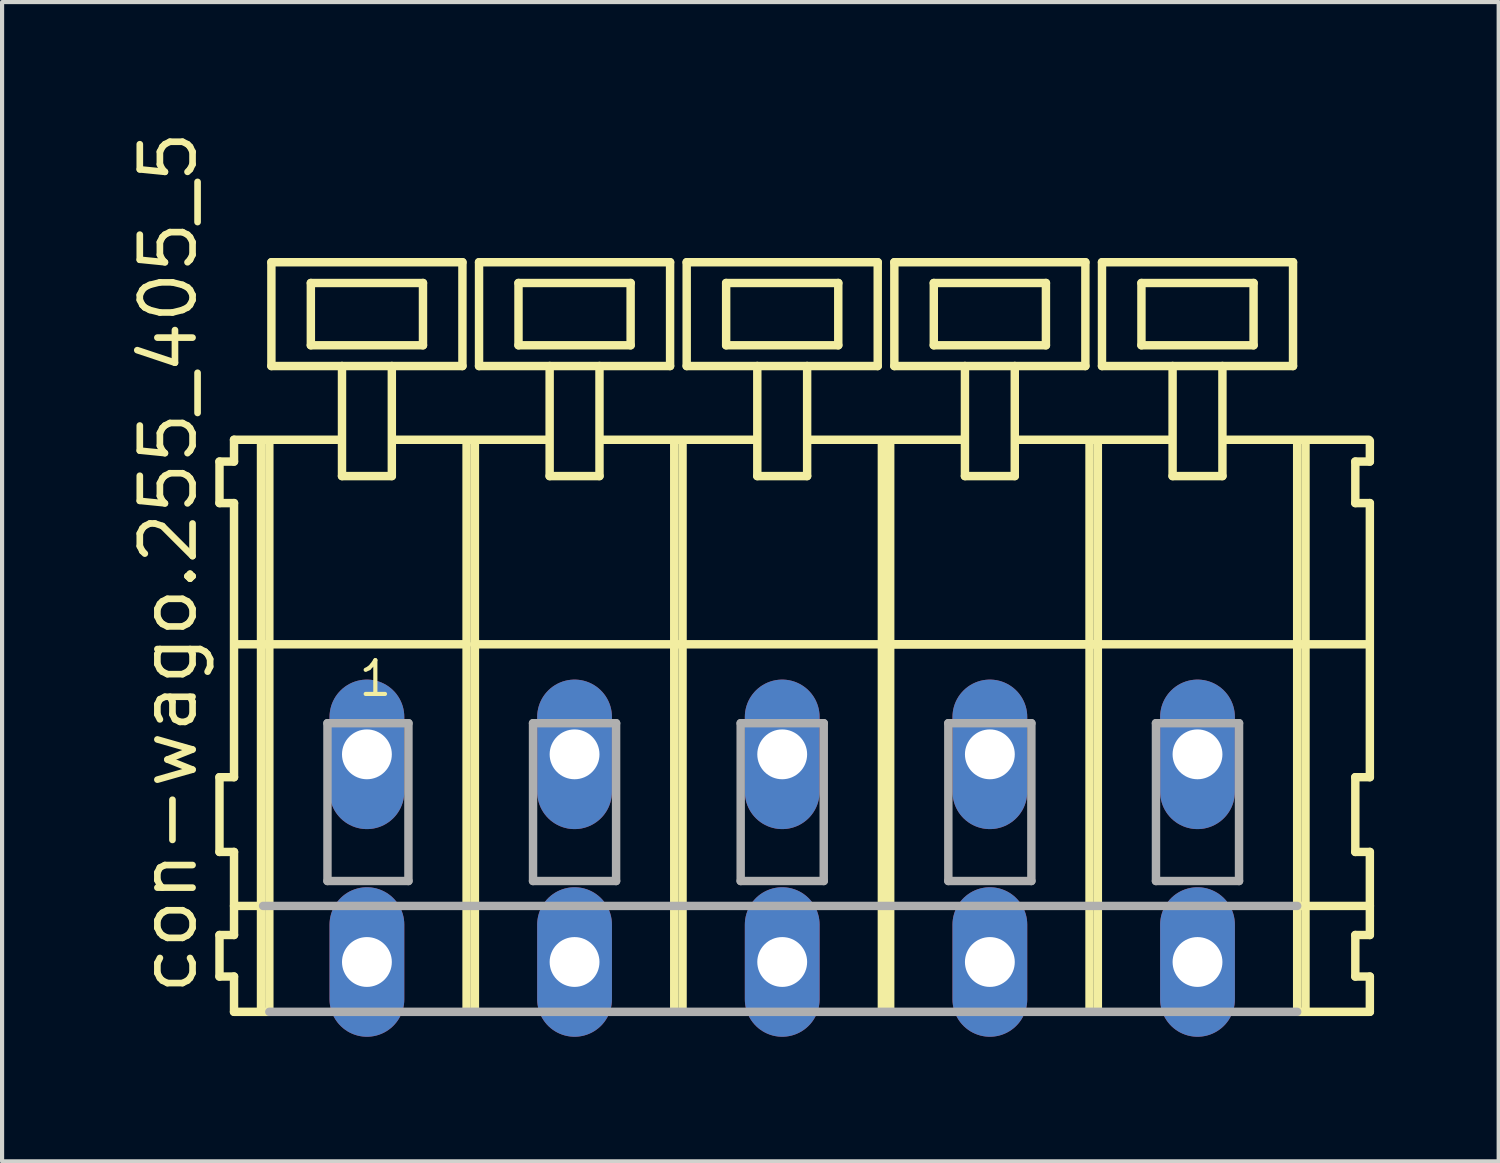
<source format=kicad_pcb>
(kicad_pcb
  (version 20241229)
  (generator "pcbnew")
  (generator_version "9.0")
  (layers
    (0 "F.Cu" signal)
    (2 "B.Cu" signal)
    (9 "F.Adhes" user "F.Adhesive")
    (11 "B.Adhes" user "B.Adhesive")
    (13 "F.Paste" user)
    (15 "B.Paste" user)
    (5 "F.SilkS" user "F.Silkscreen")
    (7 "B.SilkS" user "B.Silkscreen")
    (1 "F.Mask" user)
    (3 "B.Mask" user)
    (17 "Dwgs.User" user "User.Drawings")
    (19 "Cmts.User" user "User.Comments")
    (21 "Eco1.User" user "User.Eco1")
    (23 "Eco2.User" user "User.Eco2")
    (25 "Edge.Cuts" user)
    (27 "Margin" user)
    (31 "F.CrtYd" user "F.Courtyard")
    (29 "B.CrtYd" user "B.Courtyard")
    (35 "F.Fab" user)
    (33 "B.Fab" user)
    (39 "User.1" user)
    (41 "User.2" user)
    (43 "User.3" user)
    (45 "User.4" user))
  (footprint "con-wago.255_405_5"
    (layer "F.Cu")
    (at 13.285 15.114)
    (property "Reference" "con-wago.255_405_5" (at -11.535 5.855 90) (layer "F.SilkS") (effects (font (size 1.27 1.27) (thickness 0.16)) (justify left bottom)))
    (attr through_hole)
    (fp_line (start -11.05 -7.05) (end -11.05 -6.05) (stroke (width 0.203) (type default)) (layer "F.SilkS"))
    (fp_line (start -11.05 -6.05) (end -10.7 -6.05) (stroke (width 0.203) (type default)) (layer "F.SilkS"))
    (fp_line (start -11.05 0.55) (end -11.05 2.35) (stroke (width 0.203) (type default)) (layer "F.SilkS"))
    (fp_line (start -11.05 2.35) (end -10.7 2.35) (stroke (width 0.203) (type default)) (layer "F.SilkS"))
    (fp_line (start -11.05 4.35) (end -11.05 5.35) (stroke (width 0.203) (type default)) (layer "F.SilkS"))
    (fp_line (start -11.05 5.35) (end -10.7 5.35) (stroke (width 0.203) (type default)) (layer "F.SilkS"))
    (fp_line (start -10.7 -7.575) (end -10.7 -7.05) (stroke (width 0.203) (type default)) (layer "F.SilkS"))
    (fp_line (start -10.7 -7.575) (end -8.125 -7.575) (stroke (width 0.203) (type default)) (layer "F.SilkS"))
    (fp_line (start -10.7 -7.05) (end -11.05 -7.05) (stroke (width 0.203) (type default)) (layer "F.SilkS"))
    (fp_line (start -10.7 -6.05) (end -10.7 0.55) (stroke (width 0.203) (type default)) (layer "F.SilkS"))
    (fp_line (start -10.7 0.55) (end -11.05 0.55) (stroke (width 0.203) (type default)) (layer "F.SilkS"))
    (fp_line (start -10.7 2.35) (end -10.7 4.35) (stroke (width 0.203) (type default)) (layer "F.SilkS"))
    (fp_line (start -10.7 3.65) (end -10 3.65) (stroke (width 0.203) (type default)) (layer "F.SilkS"))
    (fp_line (start -10.7 4.35) (end -11.05 4.35) (stroke (width 0.203) (type default)) (layer "F.SilkS"))
    (fp_line (start -10.7 5.35) (end -10.7 6.2) (stroke (width 0.203) (type default)) (layer "F.SilkS"))
    (fp_line (start -10.7 6.2) (end -10.05 6.2) (stroke (width 0.203) (type default)) (layer "F.SilkS"))
    (fp_line (start -10.65 -2.65) (end -5.1 -2.65) (stroke (width 0.203) (type default)) (layer "F.SilkS"))
    (fp_line (start -10.05 -7.55) (end -10.05 6.2) (stroke (width 0.203) (type default)) (layer "F.SilkS"))
    (fp_line (start -10.05 6.2) (end -9.85 6.2) (stroke (width 0.203) (type default)) (layer "F.SilkS"))
    (fp_line (start -9.85 -7.55) (end -9.85 6.2) (stroke (width 0.203) (type default)) (layer "F.SilkS"))
    (fp_line (start -9.8 -11.85) (end -9.8 -9.35) (stroke (width 0.203) (type default)) (layer "F.SilkS"))
    (fp_line (start -9.8 -9.35) (end -8.1 -9.35) (stroke (width 0.203) (type default)) (layer "F.SilkS"))
    (fp_line (start -8.85 -11.35) (end -8.85 -9.85) (stroke (width 0.203) (type default)) (layer "F.SilkS"))
    (fp_line (start -8.85 -9.85) (end -6.15 -9.85) (stroke (width 0.203) (type default)) (layer "F.SilkS"))
    (fp_line (start -8.1 -9.35) (end -8.1 -6.7) (stroke (width 0.203) (type default)) (layer "F.SilkS"))
    (fp_line (start -8.1 -9.35) (end -6.9 -9.35) (stroke (width 0.203) (type default)) (layer "F.SilkS"))
    (fp_line (start -8.1 -6.7) (end -6.9 -6.7) (stroke (width 0.203) (type default)) (layer "F.SilkS"))
    (fp_line (start -6.9 -9.35) (end -5.2 -9.35) (stroke (width 0.203) (type default)) (layer "F.SilkS"))
    (fp_line (start -6.9 -6.7) (end -6.9 -9.35) (stroke (width 0.203) (type default)) (layer "F.SilkS"))
    (fp_line (start -6.825 -7.575) (end -3.125 -7.575) (stroke (width 0.203) (type default)) (layer "F.SilkS"))
    (fp_line (start -6.15 -11.35) (end -8.85 -11.35) (stroke (width 0.203) (type default)) (layer "F.SilkS"))
    (fp_line (start -6.15 -9.85) (end -6.15 -11.35) (stroke (width 0.203) (type default)) (layer "F.SilkS"))
    (fp_line (start -5.2 -11.85) (end -9.8 -11.85) (stroke (width 0.203) (type default)) (layer "F.SilkS"))
    (fp_line (start -5.2 -9.35) (end -5.2 -11.85) (stroke (width 0.203) (type default)) (layer "F.SilkS"))
    (fp_line (start -5.1 -7.55) (end -5.1 -2.65) (stroke (width 0.203) (type default)) (layer "F.SilkS"))
    (fp_line (start -5.1 -2.65) (end -5.1 6.2) (stroke (width 0.203) (type default)) (layer "F.SilkS"))
    (fp_line (start -4.9 -7.55) (end -4.9 -2.65) (stroke (width 0.203) (type default)) (layer "F.SilkS"))
    (fp_line (start -4.9 -2.65) (end -4.9 6.2) (stroke (width 0.203) (type default)) (layer "F.SilkS"))
    (fp_line (start -4.9 -2.65) (end -0.1 -2.65) (stroke (width 0.203) (type default)) (layer "F.SilkS"))
    (fp_line (start -4.8 -11.85) (end -4.8 -9.35) (stroke (width 0.203) (type default)) (layer "F.SilkS"))
    (fp_line (start -4.8 -9.35) (end -3.1 -9.35) (stroke (width 0.203) (type default)) (layer "F.SilkS"))
    (fp_line (start -3.85 -11.35) (end -3.85 -9.85) (stroke (width 0.203) (type default)) (layer "F.SilkS"))
    (fp_line (start -3.85 -9.85) (end -1.15 -9.85) (stroke (width 0.203) (type default)) (layer "F.SilkS"))
    (fp_line (start -3.1 -9.35) (end -3.1 -6.7) (stroke (width 0.203) (type default)) (layer "F.SilkS"))
    (fp_line (start -3.1 -9.35) (end -1.9 -9.35) (stroke (width 0.203) (type default)) (layer "F.SilkS"))
    (fp_line (start -3.1 -6.7) (end -1.9 -6.7) (stroke (width 0.203) (type default)) (layer "F.SilkS"))
    (fp_line (start -1.9 -9.35) (end -0.2 -9.35) (stroke (width 0.203) (type default)) (layer "F.SilkS"))
    (fp_line (start -1.9 -6.7) (end -1.9 -9.35) (stroke (width 0.203) (type default)) (layer "F.SilkS"))
    (fp_line (start -1.875 -7.575) (end 1.875 -7.575) (stroke (width 0.203) (type default)) (layer "F.SilkS"))
    (fp_line (start -1.15 -11.35) (end -3.85 -11.35) (stroke (width 0.203) (type default)) (layer "F.SilkS"))
    (fp_line (start -1.15 -9.85) (end -1.15 -11.35) (stroke (width 0.203) (type default)) (layer "F.SilkS"))
    (fp_line (start -0.2 -11.85) (end -4.8 -11.85) (stroke (width 0.203) (type default)) (layer "F.SilkS"))
    (fp_line (start -0.2 -9.35) (end -0.2 -11.85) (stroke (width 0.203) (type default)) (layer "F.SilkS"))
    (fp_line (start -0.1 -7.55) (end -0.1 -2.65) (stroke (width 0.203) (type default)) (layer "F.SilkS"))
    (fp_line (start -0.1 -2.65) (end -0.1 6.2) (stroke (width 0.203) (type default)) (layer "F.SilkS"))
    (fp_line (start -0.1 -2.65) (end 0.1 -2.65) (stroke (width 0.203) (type default)) (layer "F.SilkS"))
    (fp_line (start 0.1 -7.55) (end 0.1 -2.65) (stroke (width 0.203) (type default)) (layer "F.SilkS"))
    (fp_line (start 0.1 -2.65) (end 0.1 6.2) (stroke (width 0.203) (type default)) (layer "F.SilkS"))
    (fp_line (start 0.1 -2.65) (end 4.9 -2.65) (stroke (width 0.203) (type default)) (layer "F.SilkS"))
    (fp_line (start 0.2 -11.85) (end 0.2 -9.35) (stroke (width 0.203) (type default)) (layer "F.SilkS"))
    (fp_line (start 0.2 -9.35) (end 1.9 -9.35) (stroke (width 0.203) (type default)) (layer "F.SilkS"))
    (fp_line (start 1.15 -11.35) (end 1.15 -9.85) (stroke (width 0.203) (type default)) (layer "F.SilkS"))
    (fp_line (start 1.15 -9.85) (end 3.85 -9.85) (stroke (width 0.203) (type default)) (layer "F.SilkS"))
    (fp_line (start 1.9 -9.35) (end 1.9 -6.7) (stroke (width 0.203) (type default)) (layer "F.SilkS"))
    (fp_line (start 1.9 -9.35) (end 3.1 -9.35) (stroke (width 0.203) (type default)) (layer "F.SilkS"))
    (fp_line (start 1.9 -6.7) (end 3.1 -6.7) (stroke (width 0.203) (type default)) (layer "F.SilkS"))
    (fp_line (start 3.1 -9.35) (end 4.8 -9.35) (stroke (width 0.203) (type default)) (layer "F.SilkS"))
    (fp_line (start 3.1 -6.7) (end 3.1 -9.35) (stroke (width 0.203) (type default)) (layer "F.SilkS"))
    (fp_line (start 3.125 -7.575) (end 6.875 -7.575) (stroke (width 0.203) (type default)) (layer "F.SilkS"))
    (fp_line (start 3.85 -11.35) (end 1.15 -11.35) (stroke (width 0.203) (type default)) (layer "F.SilkS"))
    (fp_line (start 3.85 -9.85) (end 3.85 -11.35) (stroke (width 0.203) (type default)) (layer "F.SilkS"))
    (fp_line (start 4.8 -11.85) (end 0.2 -11.85) (stroke (width 0.203) (type default)) (layer "F.SilkS"))
    (fp_line (start 4.8 -9.35) (end 4.8 -11.85) (stroke (width 0.203) (type default)) (layer "F.SilkS"))
    (fp_line (start 4.9 -7.55) (end 4.9 -2.65) (stroke (width 0.203) (type default)) (layer "F.SilkS"))
    (fp_line (start 4.9 -2.65) (end 4.9 6.2) (stroke (width 0.203) (type default)) (layer "F.SilkS"))
    (fp_line (start 4.9 -2.65) (end 5.1 -2.65) (stroke (width 0.203) (type default)) (layer "F.SilkS"))
    (fp_line (start 4.9 -2.65) (end 14.9 -2.65) (stroke (width 0.203) (type default)) (layer "F.SilkS"))
    (fp_line (start 5.1 -7.55) (end 5.1 -2.65) (stroke (width 0.203) (type default)) (layer "F.SilkS"))
    (fp_line (start 5.1 -2.65) (end 5.1 6.2) (stroke (width 0.203) (type default)) (layer "F.SilkS"))
    (fp_line (start 5.1 -2.65) (end 9.9 -2.65) (stroke (width 0.203) (type default)) (layer "F.SilkS"))
    (fp_line (start 5.2 -11.85) (end 5.2 -9.35) (stroke (width 0.203) (type default)) (layer "F.SilkS"))
    (fp_line (start 5.2 -9.35) (end 6.9 -9.35) (stroke (width 0.203) (type default)) (layer "F.SilkS"))
    (fp_line (start 6.15 -11.35) (end 6.15 -9.85) (stroke (width 0.203) (type default)) (layer "F.SilkS"))
    (fp_line (start 6.15 -9.85) (end 8.85 -9.85) (stroke (width 0.203) (type default)) (layer "F.SilkS"))
    (fp_line (start 6.9 -9.35) (end 6.9 -6.7) (stroke (width 0.203) (type default)) (layer "F.SilkS"))
    (fp_line (start 6.9 -9.35) (end 8.1 -9.35) (stroke (width 0.203) (type default)) (layer "F.SilkS"))
    (fp_line (start 6.9 -6.7) (end 8.1 -6.7) (stroke (width 0.203) (type default)) (layer "F.SilkS"))
    (fp_line (start 8.1 -9.35) (end 9.8 -9.35) (stroke (width 0.203) (type default)) (layer "F.SilkS"))
    (fp_line (start 8.1 -6.7) (end 8.1 -9.35) (stroke (width 0.203) (type default)) (layer "F.SilkS"))
    (fp_line (start 8.125 -7.575) (end 11.875 -7.575) (stroke (width 0.203) (type default)) (layer "F.SilkS"))
    (fp_line (start 8.85 -11.35) (end 6.15 -11.35) (stroke (width 0.203) (type default)) (layer "F.SilkS"))
    (fp_line (start 8.85 -9.85) (end 8.85 -11.35) (stroke (width 0.203) (type default)) (layer "F.SilkS"))
    (fp_line (start 9.8 -11.85) (end 5.2 -11.85) (stroke (width 0.203) (type default)) (layer "F.SilkS"))
    (fp_line (start 9.8 -9.35) (end 9.8 -11.85) (stroke (width 0.203) (type default)) (layer "F.SilkS"))
    (fp_line (start 9.9 -7.55) (end 9.9 -2.65) (stroke (width 0.203) (type default)) (layer "F.SilkS"))
    (fp_line (start 9.9 -2.65) (end 9.9 6.2) (stroke (width 0.203) (type default)) (layer "F.SilkS"))
    (fp_line (start 9.9 -2.65) (end 10.1 -2.65) (stroke (width 0.203) (type default)) (layer "F.SilkS"))
    (fp_line (start 10.1 -7.55) (end 10.1 -2.65) (stroke (width 0.203) (type default)) (layer "F.SilkS"))
    (fp_line (start 10.1 -2.65) (end 10.1 6.2) (stroke (width 0.203) (type default)) (layer "F.SilkS"))
    (fp_line (start 10.2 -11.85) (end 10.2 -9.35) (stroke (width 0.203) (type default)) (layer "F.SilkS"))
    (fp_line (start 10.2 -9.35) (end 11.9 -9.35) (stroke (width 0.203) (type default)) (layer "F.SilkS"))
    (fp_line (start 11.15 -11.35) (end 11.15 -9.85) (stroke (width 0.203) (type default)) (layer "F.SilkS"))
    (fp_line (start 11.15 -9.85) (end 13.85 -9.85) (stroke (width 0.203) (type default)) (layer "F.SilkS"))
    (fp_line (start 11.9 -9.35) (end 11.9 -6.7) (stroke (width 0.203) (type default)) (layer "F.SilkS"))
    (fp_line (start 11.9 -9.35) (end 13.1 -9.35) (stroke (width 0.203) (type default)) (layer "F.SilkS"))
    (fp_line (start 11.9 -6.7) (end 13.1 -6.7) (stroke (width 0.203) (type default)) (layer "F.SilkS"))
    (fp_line (start 13.1 -9.35) (end 14.8 -9.35) (stroke (width 0.203) (type default)) (layer "F.SilkS"))
    (fp_line (start 13.1 -6.7) (end 13.1 -9.35) (stroke (width 0.203) (type default)) (layer "F.SilkS"))
    (fp_line (start 13.125 -7.575) (end 16.625 -7.575) (stroke (width 0.203) (type default)) (layer "F.SilkS"))
    (fp_line (start 13.85 -11.35) (end 11.15 -11.35) (stroke (width 0.203) (type default)) (layer "F.SilkS"))
    (fp_line (start 13.85 -9.85) (end 13.85 -11.35) (stroke (width 0.203) (type default)) (layer "F.SilkS"))
    (fp_line (start 14.8 -11.85) (end 10.2 -11.85) (stroke (width 0.203) (type default)) (layer "F.SilkS"))
    (fp_line (start 14.8 -9.35) (end 14.8 -11.85) (stroke (width 0.203) (type default)) (layer "F.SilkS"))
    (fp_line (start 14.9 -7.55) (end 14.9 -2.65) (stroke (width 0.203) (type default)) (layer "F.SilkS"))
    (fp_line (start 14.9 -2.65) (end 14.9 6.2) (stroke (width 0.203) (type default)) (layer "F.SilkS"))
    (fp_line (start 14.9 -2.65) (end 15.1 -2.65) (stroke (width 0.203) (type default)) (layer "F.SilkS"))
    (fp_line (start 14.9 6.2) (end 15.1 6.2) (stroke (width 0.203) (type default)) (layer "F.SilkS"))
    (fp_line (start 14.95 3.65) (end 16.65 3.65) (stroke (width 0.203) (type default)) (layer "F.SilkS"))
    (fp_line (start 15.1 -7.55) (end 15.1 -2.65) (stroke (width 0.203) (type default)) (layer "F.SilkS"))
    (fp_line (start 15.1 -2.65) (end 15.1 6.2) (stroke (width 0.203) (type default)) (layer "F.SilkS"))
    (fp_line (start 15.1 -2.65) (end 16.6 -2.65) (stroke (width 0.203) (type default)) (layer "F.SilkS"))
    (fp_line (start 15.1 6.2) (end 16.65 6.2) (stroke (width 0.203) (type default)) (layer "F.SilkS"))
    (fp_line (start 16.3 -7.05) (end 16.3 -6.05) (stroke (width 0.203) (type default)) (layer "F.SilkS"))
    (fp_line (start 16.3 -6.05) (end 16.65 -6.05) (stroke (width 0.203) (type default)) (layer "F.SilkS"))
    (fp_line (start 16.3 0.55) (end 16.3 2.35) (stroke (width 0.203) (type default)) (layer "F.SilkS"))
    (fp_line (start 16.3 2.35) (end 16.65 2.35) (stroke (width 0.203) (type default)) (layer "F.SilkS"))
    (fp_line (start 16.3 4.35) (end 16.3 5.35) (stroke (width 0.203) (type default)) (layer "F.SilkS"))
    (fp_line (start 16.3 5.35) (end 16.65 5.35) (stroke (width 0.203) (type default)) (layer "F.SilkS"))
    (fp_line (start 16.65 -7.05) (end 16.3 -7.05) (stroke (width 0.203) (type default)) (layer "F.SilkS"))
    (fp_line (start 16.65 -7.05) (end 16.65 -7.55) (stroke (width 0.203) (type default)) (layer "F.SilkS"))
    (fp_line (start 16.65 0.55) (end 16.3 0.55) (stroke (width 0.203) (type default)) (layer "F.SilkS"))
    (fp_line (start 16.65 0.55) (end 16.65 -6.05) (stroke (width 0.203) (type default)) (layer "F.SilkS"))
    (fp_line (start 16.65 3.65) (end 16.65 2.35) (stroke (width 0.203) (type default)) (layer "F.SilkS"))
    (fp_line (start 16.65 4.35) (end 16.3 4.35) (stroke (width 0.203) (type default)) (layer "F.SilkS"))
    (fp_line (start 16.65 4.35) (end 16.65 3.65) (stroke (width 0.203) (type default)) (layer "F.SilkS"))
    (fp_line (start 16.65 6.2) (end 16.65 5.35) (stroke (width 0.203) (type default)) (layer "F.SilkS"))
    (fp_line (start -10 3.65) (end 14.9 3.65) (stroke (width 0.203) (type default)) (layer "F.Fab"))
    (fp_line (start -9.85 6.2) (end 14.9 6.2) (stroke (width 0.203) (type default)) (layer "F.Fab"))
    (fp_line (start -8.45 -0.75) (end -8.45 3.05) (stroke (width 0.203) (type default)) (layer "F.Fab"))
    (fp_line (start -8.45 3.05) (end -6.5 3.05) (stroke (width 0.203) (type default)) (layer "F.Fab"))
    (fp_line (start -6.5 -0.75) (end -8.45 -0.75) (stroke (width 0.203) (type default)) (layer "F.Fab"))
    (fp_line (start -6.5 3.05) (end -6.5 -0.75) (stroke (width 0.203) (type default)) (layer "F.Fab"))
    (fp_line (start -3.5 -0.75) (end -3.5 3.05) (stroke (width 0.203) (type default)) (layer "F.Fab"))
    (fp_line (start -3.5 3.05) (end -1.5 3.05) (stroke (width 0.203) (type default)) (layer "F.Fab"))
    (fp_line (start -1.5 -0.75) (end -3.5 -0.75) (stroke (width 0.203) (type default)) (layer "F.Fab"))
    (fp_line (start -1.5 3.05) (end -1.5 -0.75) (stroke (width 0.203) (type default)) (layer "F.Fab"))
    (fp_line (start 1.5 -0.75) (end 1.5 3.05) (stroke (width 0.203) (type default)) (layer "F.Fab"))
    (fp_line (start 1.5 3.05) (end 3.5 3.05) (stroke (width 0.203) (type default)) (layer "F.Fab"))
    (fp_line (start 3.5 -0.75) (end 1.5 -0.75) (stroke (width 0.203) (type default)) (layer "F.Fab"))
    (fp_line (start 3.5 3.05) (end 3.5 -0.75) (stroke (width 0.203) (type default)) (layer "F.Fab"))
    (fp_line (start 6.5 -0.75) (end 6.5 3.05) (stroke (width 0.203) (type default)) (layer "F.Fab"))
    (fp_line (start 6.5 3.05) (end 8.5 3.05) (stroke (width 0.203) (type default)) (layer "F.Fab"))
    (fp_line (start 8.5 -0.75) (end 6.5 -0.75) (stroke (width 0.203) (type default)) (layer "F.Fab"))
    (fp_line (start 8.5 3.05) (end 8.5 -0.75) (stroke (width 0.203) (type default)) (layer "F.Fab"))
    (fp_line (start 11.5 -0.75) (end 11.5 3.05) (stroke (width 0.203) (type default)) (layer "F.Fab"))
    (fp_line (start 11.5 3.05) (end 13.5 3.05) (stroke (width 0.203) (type default)) (layer "F.Fab"))
    (fp_line (start 13.5 -0.75) (end 11.5 -0.75) (stroke (width 0.203) (type default)) (layer "F.Fab"))
    (fp_line (start 13.5 3.05) (end 13.5 -0.75) (stroke (width 0.203) (type default)) (layer "F.Fab"))
    (fp_text user "1" (at -7.75 -1.35 0) (layer "F.SilkS") (effects (font (size 0.813 0.813) (thickness 0.1)) (justify left bottom)))
    (pad "A1" thru_hole oval (at -7.5 0 90) (size 3.6 1.8) (drill 1.2) (layers "*.Cu" "*.Mask"))
    (pad "A2" thru_hole oval (at -2.5 0 90) (size 3.6 1.8) (drill 1.2) (layers "*.Cu" "*.Mask"))
    (pad "A3" thru_hole oval (at 2.5 0 90) (size 3.6 1.8) (drill 1.2) (layers "*.Cu" "*.Mask"))
    (pad "A4" thru_hole oval (at 7.5 0 90) (size 3.6 1.8) (drill 1.2) (layers "*.Cu" "*.Mask"))
    (pad "A5" thru_hole oval (at 12.5 0 90) (size 3.6 1.8) (drill 1.2) (layers "*.Cu" "*.Mask"))
    (pad "B1" thru_hole oval (at -7.5 5 90) (size 3.6 1.8) (drill 1.2) (layers "*.Cu" "*.Mask"))
    (pad "B2" thru_hole oval (at -2.5 5 90) (size 3.6 1.8) (drill 1.2) (layers "*.Cu" "*.Mask"))
    (pad "B3" thru_hole oval (at 2.5 5 90) (size 3.6 1.8) (drill 1.2) (layers "*.Cu" "*.Mask"))
    (pad "B4" thru_hole oval (at 7.5 5 90) (size 3.6 1.8) (drill 1.2) (layers "*.Cu" "*.Mask"))
    (pad "B5" thru_hole oval (at 12.5 5 90) (size 3.6 1.8) (drill 1.2) (layers "*.Cu" "*.Mask")))
  (gr_rect
    (start -3 -3)
    (end 33.037 24.914)
    (stroke (width 0.1) (type default))
    (fill no)
    (layer "Edge.Cuts")))
</source>
